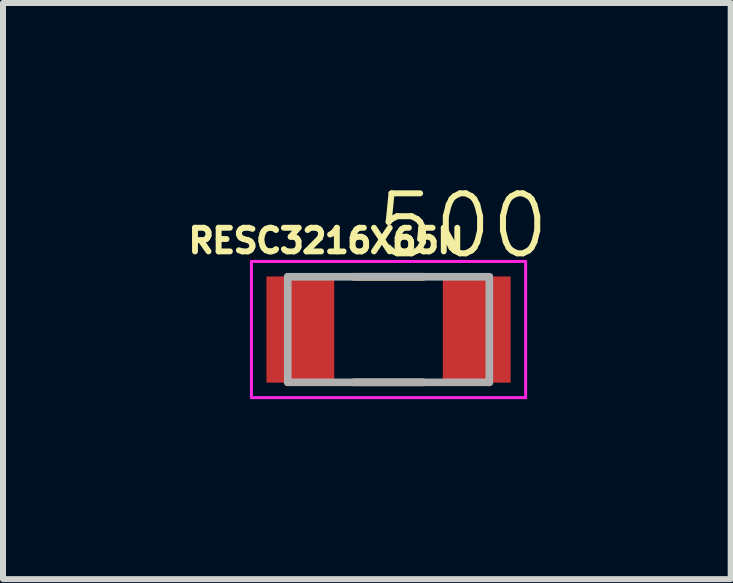
<source format=kicad_pcb>
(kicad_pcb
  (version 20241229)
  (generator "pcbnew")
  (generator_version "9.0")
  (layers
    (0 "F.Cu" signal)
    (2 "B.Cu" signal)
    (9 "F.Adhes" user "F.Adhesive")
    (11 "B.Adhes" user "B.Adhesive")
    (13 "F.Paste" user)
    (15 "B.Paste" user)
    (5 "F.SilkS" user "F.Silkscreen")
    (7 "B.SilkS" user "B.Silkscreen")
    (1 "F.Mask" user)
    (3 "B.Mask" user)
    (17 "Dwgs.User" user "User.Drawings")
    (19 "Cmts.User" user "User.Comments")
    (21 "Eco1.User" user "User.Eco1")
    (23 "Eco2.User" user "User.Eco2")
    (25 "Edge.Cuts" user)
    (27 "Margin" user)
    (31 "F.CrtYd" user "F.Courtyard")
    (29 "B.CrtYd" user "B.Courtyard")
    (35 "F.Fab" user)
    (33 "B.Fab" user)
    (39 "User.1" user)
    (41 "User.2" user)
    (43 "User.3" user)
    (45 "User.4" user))
  (footprint "RESC3216X65N"
    (layer "F.Cu")
    (at 3.426 2.443)
    (property "Reference" "RESC3216X65N" (at -1.04 -1.48 0) (layer "F.SilkS") (effects (font (size 0.394 0.394) (thickness 0.15))))
    (attr smd)
    (fp_line (start -0.58 -0.88) (end 0.58 -0.88) (stroke (width 0.127) (type solid)) (layer "F.SilkS"))
    (fp_line (start -0.58 0.88) (end 0.58 0.88) (stroke (width 0.127) (type solid)) (layer "F.SilkS"))
    (fp_line (start -2.285 -1.135) (end 2.285 -1.135) (stroke (width 0.05) (type solid)) (layer "F.CrtYd"))
    (fp_line (start -2.285 1.135) (end -2.285 -1.135) (stroke (width 0.05) (type solid)) (layer "F.CrtYd"))
    (fp_line (start -2.285 1.135) (end 2.285 1.135) (stroke (width 0.05) (type solid)) (layer "F.CrtYd"))
    (fp_line (start 2.285 1.135) (end 2.285 -1.135) (stroke (width 0.05) (type solid)) (layer "F.CrtYd"))
    (fp_line (start -1.68 0.88) (end -1.68 -0.88) (stroke (width 0.127) (type solid)) (layer "F.Fab"))
    (fp_line (start 1.68 -0.88) (end -1.68 -0.88) (stroke (width 0.127) (type solid)) (layer "F.Fab"))
    (fp_line (start 1.68 0.88) (end -1.68 0.88) (stroke (width 0.127) (type solid)) (layer "F.Fab"))
    (fp_line (start 1.68 0.88) (end 1.68 -0.88) (stroke (width 0.127) (type solid)) (layer "F.Fab"))
    (fp_text user "500" (at -0.254 -1.143 0) (unlocked yes) (layer "F.SilkS") (effects (font (size 1 1) (thickness 0.1)) (justify left bottom)))
    (pad "1" smd rect (at -1.47 0) (size 1.13 1.77) (layers "F.Cu" "F.Mask" "F.Paste"))
    (pad "2" smd rect (at 1.47 0) (size 1.13 1.77) (layers "F.Cu" "F.Mask" "F.Paste")))
  (gr_rect
    (start -3 -3)
    (end 9.129 6.603)
    (stroke (width 0.1) (type default))
    (fill no)
    (layer "Edge.Cuts")))
</source>
